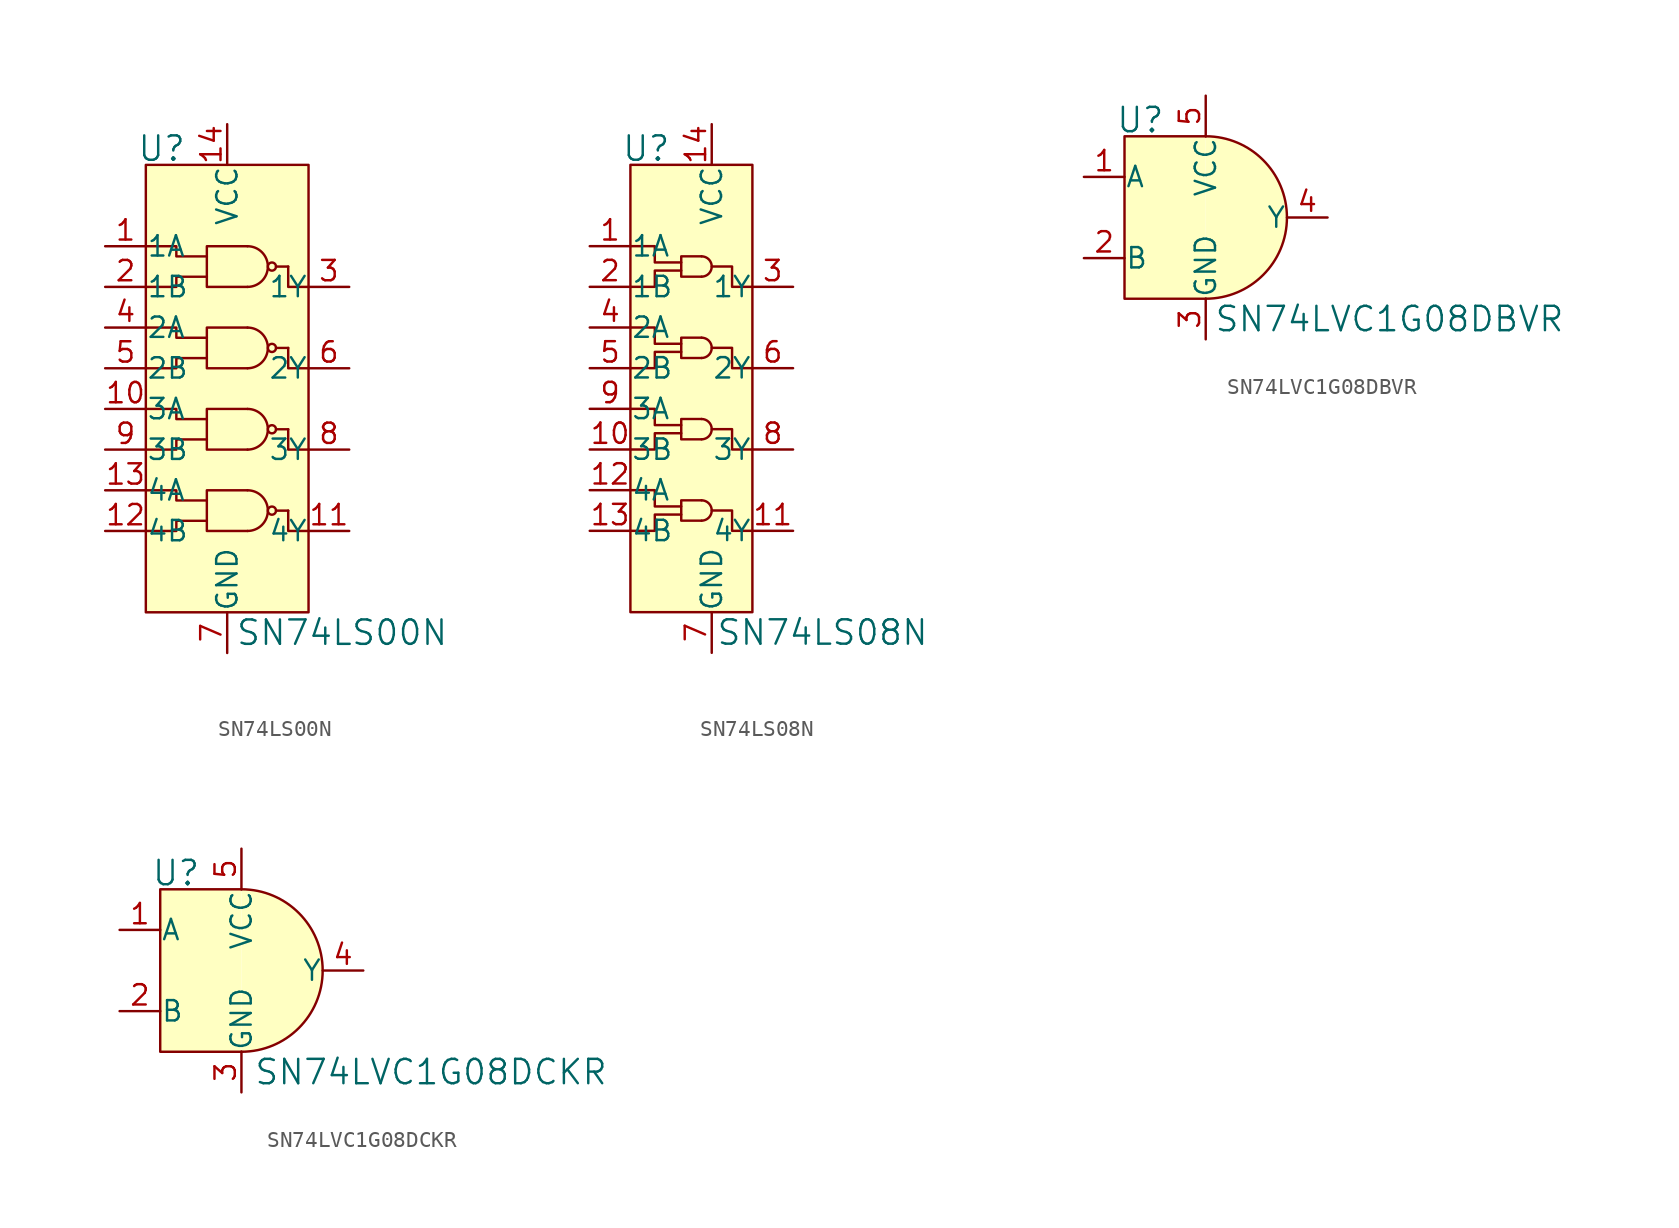
<source format=kicad_sym>
(kicad_symbol_lib
  (version 20231120)
  (generator "kicad_symbol_editor")
  (generator_version "8.0")
  (symbol "SN74LS00N"
    (pin_names
      (offset 0.025))
    (property "Reference" "U"
      (at -5.08 11.176 0)
      (effects (font (size 1.524 1.524)) (justify right)))
    (property "Value" "SN74LS00N"
      (at -2.032 -19.05 0)
      (effects (font (size 1.524 1.524)) (justify left)))
    (symbol "SN74LS00N_0_1"
      (rectangle (start -7.62 10.16) (end 2.54 -17.78) (stroke (width 0) (type solid)) (fill (type background)))
      (arc (start -1.27 -12.7) (mid 0 -11.43) (end -1.27 -10.16) (stroke (width 0) (type solid)) (fill (type none)))
      (arc (start -1.27 -7.62) (mid 0 -6.35) (end -1.27 -5.08) (stroke (width 0) (type solid)) (fill (type none)))
      (arc (start -1.27 -2.54) (mid 0 -1.27) (end -1.27 0) (stroke (width 0) (type solid)) (fill (type none)))
      (arc (start -1.27 2.54) (mid 0 3.81) (end -1.27 5.08) (stroke (width 0) (type solid)) (fill (type none)))
      (polyline (pts (xy 0.508 -11.43) (xy 1.27 -11.43)) (stroke (width 0) (type solid)) (fill (type none)))
      (polyline (pts (xy 0.508 3.81) (xy 1.27 3.81)) (stroke (width 0) (type solid)) (fill (type none)))
      (polyline (pts (xy 1.27 -6.35) (xy 0.508 -6.35)) (stroke (width 0) (type solid)) (fill (type none)))
      (polyline (pts (xy 1.27 -1.27) (xy 0.508 -1.27)) (stroke (width 0) (type solid)) (fill (type none)))
      (polyline (pts (xy 1.27 -11.43) (xy 1.27 -12.7) (xy 2.54 -12.7)) (stroke (width 0) (type solid)) (fill (type none)))
      (polyline (pts (xy 1.27 -6.35) (xy 1.27 -7.62) (xy 2.54 -7.62)) (stroke (width 0) (type solid)) (fill (type none)))
      (polyline (pts (xy 1.27 -1.27) (xy 1.27 -2.54) (xy 2.54 -2.54)) (stroke (width 0) (type solid)) (fill (type none)))
      (polyline (pts (xy 1.27 3.81) (xy 1.27 2.54) (xy 2.54 2.54)) (stroke (width 0) (type solid)) (fill (type none)))
      (polyline (pts (xy -7.62 -12.7) (xy -5.715 -12.7) (xy -5.715 -12.065) (xy -3.81 -12.065)) (stroke (width 0) (type solid)) (fill (type none)))
      (polyline (pts (xy -7.62 -7.62) (xy -5.715 -7.62) (xy -5.715 -6.985) (xy -3.81 -6.985)) (stroke (width 0) (type solid)) (fill (type none)))
      (polyline (pts (xy -7.62 -2.54) (xy -5.715 -2.54) (xy -5.715 -1.905) (xy -3.81 -1.905)) (stroke (width 0) (type solid)) (fill (type none)))
      (polyline (pts (xy -3.81 -10.795) (xy -5.715 -10.795) (xy -5.715 -10.16) (xy -7.62 -10.16)) (stroke (width 0) (type solid)) (fill (type none)))
      (polyline (pts (xy -3.81 -5.715) (xy -5.715 -5.715) (xy -5.715 -5.08) (xy -7.62 -5.08)) (stroke (width 0) (type solid)) (fill (type none)))
      (polyline (pts (xy -3.81 -0.635) (xy -5.715 -0.635) (xy -5.715 0) (xy -7.62 0)) (stroke (width 0) (type solid)) (fill (type none)))
      (polyline (pts (xy -3.81 3.175) (xy -5.715 3.175) (xy -5.715 2.54) (xy -7.62 2.54)) (stroke (width 0) (type solid)) (fill (type none)))
      (polyline (pts (xy -3.81 4.445) (xy -5.715 4.445) (xy -5.715 5.08) (xy -7.62 5.08)) (stroke (width 0) (type solid)) (fill (type none)))
      (polyline (pts (xy -1.27 -10.16) (xy -3.81 -10.16) (xy -3.81 -12.7) (xy -1.27 -12.7)) (stroke (width 0) (type solid)) (fill (type none)))
      (polyline (pts (xy -1.27 -5.08) (xy -3.81 -5.08) (xy -3.81 -7.62) (xy -1.27 -7.62)) (stroke (width 0) (type solid)) (fill (type none)))
      (polyline (pts (xy -1.27 0) (xy -3.81 0) (xy -3.81 -2.54) (xy -1.27 -2.54)) (stroke (width 0) (type solid)) (fill (type none)))
      (polyline (pts (xy -1.27 5.08) (xy -3.81 5.08) (xy -3.81 2.54) (xy -1.27 2.54)) (stroke (width 0) (type solid)) (fill (type none)))
      (circle (center 0.254 -11.43) (radius 0.254) (stroke (width 0) (type solid)) (fill (type none)))
      (circle (center 0.254 -6.35) (radius 0.254) (stroke (width 0) (type solid)) (fill (type none)))
      (circle (center 0.254 -1.27) (radius 0.254) (stroke (width 0) (type solid)) (fill (type none)))
      (circle (center 0.254 3.81) (radius 0.254) (stroke (width 0) (type solid)) (fill (type none))))
    (symbol "SN74LS00N_1_1"
      (pin input line (at -10.16 5.08 0) (length 2.54) (name "1A" (effects (font (size 1.27 1.27)))) (number "1" (effects (font (size 1.27 1.27)))))
      (pin input line (at -10.16 -5.08 0) (length 2.54) (name "3A" (effects (font (size 1.27 1.27)))) (number "10" (effects (font (size 1.27 1.27)))))
      (pin output line (at 5.08 -12.7 180) (length 2.54) (name "4Y" (effects (font (size 1.27 1.27)))) (number "11" (effects (font (size 1.27 1.27)))))
      (pin input line (at -10.16 -12.7 0) (length 2.54) (name "4B" (effects (font (size 1.27 1.27)))) (number "12" (effects (font (size 1.27 1.27)))))
      (pin input line (at -10.16 -10.16 0) (length 2.54) (name "4A" (effects (font (size 1.27 1.27)))) (number "13" (effects (font (size 1.27 1.27)))))
      (pin power_in line (at -2.54 12.7 270) (length 2.54) (name "VCC" (effects (font (size 1.27 1.27)))) (number "14" (effects (font (size 1.27 1.27)))))
      (pin input line (at -10.16 2.54 0) (length 2.54) (name "1B" (effects (font (size 1.27 1.27)))) (number "2" (effects (font (size 1.27 1.27)))))
      (pin output line (at 5.08 2.54 180) (length 2.54) (name "1Y" (effects (font (size 1.27 1.27)))) (number "3" (effects (font (size 1.27 1.27)))))
      (pin input line (at -10.16 0 0) (length 2.54) (name "2A" (effects (font (size 1.27 1.27)))) (number "4" (effects (font (size 1.27 1.27)))))
      (pin input line (at -10.16 -2.54 0) (length 2.54) (name "2B" (effects (font (size 1.27 1.27)))) (number "5" (effects (font (size 1.27 1.27)))))
      (pin output line (at 5.08 -2.54 180) (length 2.54) (name "2Y" (effects (font (size 1.27 1.27)))) (number "6" (effects (font (size 1.27 1.27)))))
      (pin power_in line (at -2.54 -20.32 90) (length 2.54) (name "GND" (effects (font (size 1.27 1.27)))) (number "7" (effects (font (size 1.27 1.27)))))
      (pin output line (at 5.08 -7.62 180) (length 2.54) (name "3Y" (effects (font (size 1.27 1.27)))) (number "8" (effects (font (size 1.27 1.27)))))
      (pin input line (at -10.16 -7.62 0) (length 2.54) (name "3B" (effects (font (size 1.27 1.27)))) (number "9" (effects (font (size 1.27 1.27)))))))
  (symbol "SN74LS08N"
    (pin_names
      (offset 0.025))
    (property "Reference" "U"
      (at -2.54 8.636 0)
      (effects (font (size 1.524 1.524)) (justify right)))
    (property "Value" "SN74LS08N"
      (at 0.254 -21.59 0)
      (effects (font (size 1.524 1.524)) (justify left)))
    (symbol "SN74LS08N_0_1"
      (rectangle (start -5.08 7.62) (end 2.54 -20.32) (stroke (width 0) (type solid)) (fill (type background)))
      (arc (start -0.635 -14.605) (mid 0 -13.97) (end -0.635 -13.335) (stroke (width 0) (type solid)) (fill (type none)))
      (arc (start -0.635 -9.525) (mid 0 -8.89) (end -0.635 -8.255) (stroke (width 0) (type solid)) (fill (type none)))
      (arc (start -0.635 -4.445) (mid 0 -3.81) (end -0.635 -3.175) (stroke (width 0) (type solid)) (fill (type none)))
      (arc (start -0.635 0.635) (mid 0 1.27) (end -0.635 1.905) (stroke (width 0) (type solid)) (fill (type none)))
      (polyline (pts (xy -5.08 -15.24) (xy -3.556 -15.24) (xy -3.556 -14.224) (xy -1.905 -14.224)) (stroke (width 0) (type solid)) (fill (type none)))
      (polyline (pts (xy -5.08 -10.16) (xy -3.556 -10.16) (xy -3.556 -9.144) (xy -1.905 -9.144)) (stroke (width 0) (type solid)) (fill (type none)))
      (polyline (pts (xy -5.08 -5.08) (xy -3.556 -5.08) (xy -3.556 -4.064) (xy -1.905 -4.064)) (stroke (width 0) (type solid)) (fill (type none)))
      (polyline (pts (xy -5.08 0) (xy -3.556 0) (xy -3.556 1.016) (xy -1.905 1.016)) (stroke (width 0) (type solid)) (fill (type none)))
      (polyline (pts (xy -1.905 -13.716) (xy -3.556 -13.716) (xy -3.556 -12.7) (xy -5.08 -12.7)) (stroke (width 0) (type solid)) (fill (type none)))
      (polyline (pts (xy -1.905 -8.636) (xy -3.556 -8.636) (xy -3.556 -7.62) (xy -5.08 -7.62)) (stroke (width 0) (type solid)) (fill (type none)))
      (polyline (pts (xy -1.905 -3.556) (xy -3.556 -3.556) (xy -3.556 -2.54) (xy -5.08 -2.54)) (stroke (width 0) (type solid)) (fill (type none)))
      (polyline (pts (xy -1.905 1.524) (xy -3.556 1.524) (xy -3.556 2.54) (xy -5.08 2.54)) (stroke (width 0) (type solid)) (fill (type none)))
      (polyline (pts (xy -0.635 -13.335) (xy -1.905 -13.335) (xy -1.905 -14.605) (xy -0.635 -14.605)) (stroke (width 0) (type solid)) (fill (type none)))
      (polyline (pts (xy -0.635 -8.255) (xy -1.905 -8.255) (xy -1.905 -9.525) (xy -0.635 -9.525)) (stroke (width 0) (type solid)) (fill (type none)))
      (polyline (pts (xy -0.635 -3.175) (xy -1.905 -3.175) (xy -1.905 -4.445) (xy -0.635 -4.445)) (stroke (width 0) (type solid)) (fill (type none)))
      (polyline (pts (xy -0.635 1.905) (xy -1.905 1.905) (xy -1.905 0.635) (xy -0.635 0.635)) (stroke (width 0) (type solid)) (fill (type none)))
      (polyline (pts (xy 2.54 -15.24) (xy 1.27 -15.24) (xy 1.27 -13.97) (xy 0 -13.97)) (stroke (width 0) (type solid)) (fill (type none)))
      (polyline (pts (xy 2.54 -10.16) (xy 1.27 -10.16) (xy 1.27 -8.89) (xy 0 -8.89)) (stroke (width 0) (type solid)) (fill (type none)))
      (polyline (pts (xy 2.54 -5.08) (xy 1.27 -5.08) (xy 1.27 -3.81) (xy 0 -3.81)) (stroke (width 0) (type solid)) (fill (type none)))
      (polyline (pts (xy 2.54 0) (xy 1.27 0) (xy 1.27 1.27) (xy 0 1.27)) (stroke (width 0) (type solid)) (fill (type none))))
    (symbol "SN74LS08N_1_1"
      (pin input line (at -7.62 2.54 0) (length 2.54) (name "1A" (effects (font (size 1.27 1.27)))) (number "1" (effects (font (size 1.27 1.27)))))
      (pin input line (at -7.62 -10.16 0) (length 2.54) (name "3B" (effects (font (size 1.27 1.27)))) (number "10" (effects (font (size 1.27 1.27)))))
      (pin output line (at 5.08 -15.24 180) (length 2.54) (name "4Y" (effects (font (size 1.27 1.27)))) (number "11" (effects (font (size 1.27 1.27)))))
      (pin input line (at -7.62 -12.7 0) (length 2.54) (name "4A" (effects (font (size 1.27 1.27)))) (number "12" (effects (font (size 1.27 1.27)))))
      (pin input line (at -7.62 -15.24 0) (length 2.54) (name "4B" (effects (font (size 1.27 1.27)))) (number "13" (effects (font (size 1.27 1.27)))))
      (pin power_in line (at 0 10.16 270) (length 2.54) (name "VCC" (effects (font (size 1.27 1.27)))) (number "14" (effects (font (size 1.27 1.27)))))
      (pin input line (at -7.62 0 0) (length 2.54) (name "1B" (effects (font (size 1.27 1.27)))) (number "2" (effects (font (size 1.27 1.27)))))
      (pin output line (at 5.08 0 180) (length 2.54) (name "1Y" (effects (font (size 1.27 1.27)))) (number "3" (effects (font (size 1.27 1.27)))))
      (pin input line (at -7.62 -2.54 0) (length 2.54) (name "2A" (effects (font (size 1.27 1.27)))) (number "4" (effects (font (size 1.27 1.27)))))
      (pin input line (at -7.62 -5.08 0) (length 2.54) (name "2B" (effects (font (size 1.27 1.27)))) (number "5" (effects (font (size 1.27 1.27)))))
      (pin output line (at 5.08 -5.08 180) (length 2.54) (name "2Y" (effects (font (size 1.27 1.27)))) (number "6" (effects (font (size 1.27 1.27)))))
      (pin power_in line (at 0 -22.86 90) (length 2.54) (name "GND" (effects (font (size 1.27 1.27)))) (number "7" (effects (font (size 1.27 1.27)))))
      (pin output line (at 5.08 -10.16 180) (length 2.54) (name "3Y" (effects (font (size 1.27 1.27)))) (number "8" (effects (font (size 1.27 1.27)))))
      (pin input line (at -7.62 -7.62 0) (length 2.54) (name "3A" (effects (font (size 1.27 1.27)))) (number "9" (effects (font (size 1.27 1.27)))))))
  (symbol "SN74LVC1G08DBVR"
    (pin_names
      (offset 0.025))
    (property "Reference" "U"
      (at -2.54 6.096 0)
      (effects (font (size 1.524 1.524)) (justify right)))
    (property "Value" "SN74LVC1G08DBVR"
      (at 0.508 -6.35 0)
      (effects (font (size 1.524 1.524)) (justify left)))
    (symbol "SN74LVC1G08DBVR_1_1"
      (arc (start 0 -5.08) (mid 5.08 0) (end 0 5.08) (stroke (width 0) (type solid)) (fill (type background)))
      (polyline (pts (xy 0 5.08) (xy -5.08 5.08) (xy -5.08 -5.08) (xy 0 -5.08)) (stroke (width 0) (type solid)) (fill (type background)))
      (pin input line (at -7.62 2.54 0) (length 2.54) (name "A" (effects (font (size 1.27 1.27)))) (number "1" (effects (font (size 1.27 1.27)))))
      (pin input line (at -7.62 -2.54 0) (length 2.54) (name "B" (effects (font (size 1.27 1.27)))) (number "2" (effects (font (size 1.27 1.27)))))
      (pin power_in line (at 0 -7.62 90) (length 2.54) (name "GND" (effects (font (size 1.27 1.27)))) (number "3" (effects (font (size 1.27 1.27)))))
      (pin output line (at 7.62 0 180) (length 2.54) (name "Y" (effects (font (size 1.27 1.27)))) (number "4" (effects (font (size 1.27 1.27)))))
      (pin power_in line (at 0 7.62 270) (length 2.54) (name "VCC" (effects (font (size 1.27 1.27)))) (number "5" (effects (font (size 1.27 1.27)))))))
  (symbol "SN74LVC1G08DCKR"
    (pin_names
      (offset 0.025))
    (property "Reference" "U"
      (at -2.54 6.096 0)
      (effects (font (size 1.524 1.524)) (justify right)))
    (property "Value" "SN74LVC1G08DCKR"
      (at 0.762 -6.35 0)
      (effects (font (size 1.524 1.524)) (justify left)))
    (symbol "SN74LVC1G08DCKR_1_1"
      (arc (start 0 -5.08) (mid 5.08 0) (end 0 5.08) (stroke (width 0) (type solid)) (fill (type background)))
      (polyline (pts (xy 0 5.08) (xy -5.08 5.08) (xy -5.08 -5.08) (xy 0 -5.08)) (stroke (width 0) (type solid)) (fill (type background)))
      (pin input line (at -7.62 2.54 0) (length 2.54) (name "A" (effects (font (size 1.27 1.27)))) (number "1" (effects (font (size 1.27 1.27)))))
      (pin input line (at -7.62 -2.54 0) (length 2.54) (name "B" (effects (font (size 1.27 1.27)))) (number "2" (effects (font (size 1.27 1.27)))))
      (pin power_in line (at 0 -7.62 90) (length 2.54) (name "GND" (effects (font (size 1.27 1.27)))) (number "3" (effects (font (size 1.27 1.27)))))
      (pin output line (at 7.62 0 180) (length 2.54) (name "Y" (effects (font (size 1.27 1.27)))) (number "4" (effects (font (size 1.27 1.27)))))
      (pin power_in line (at 0 7.62 270) (length 2.54) (name "VCC" (effects (font (size 1.27 1.27)))) (number "5" (effects (font (size 1.27 1.27))))))))
</source>
